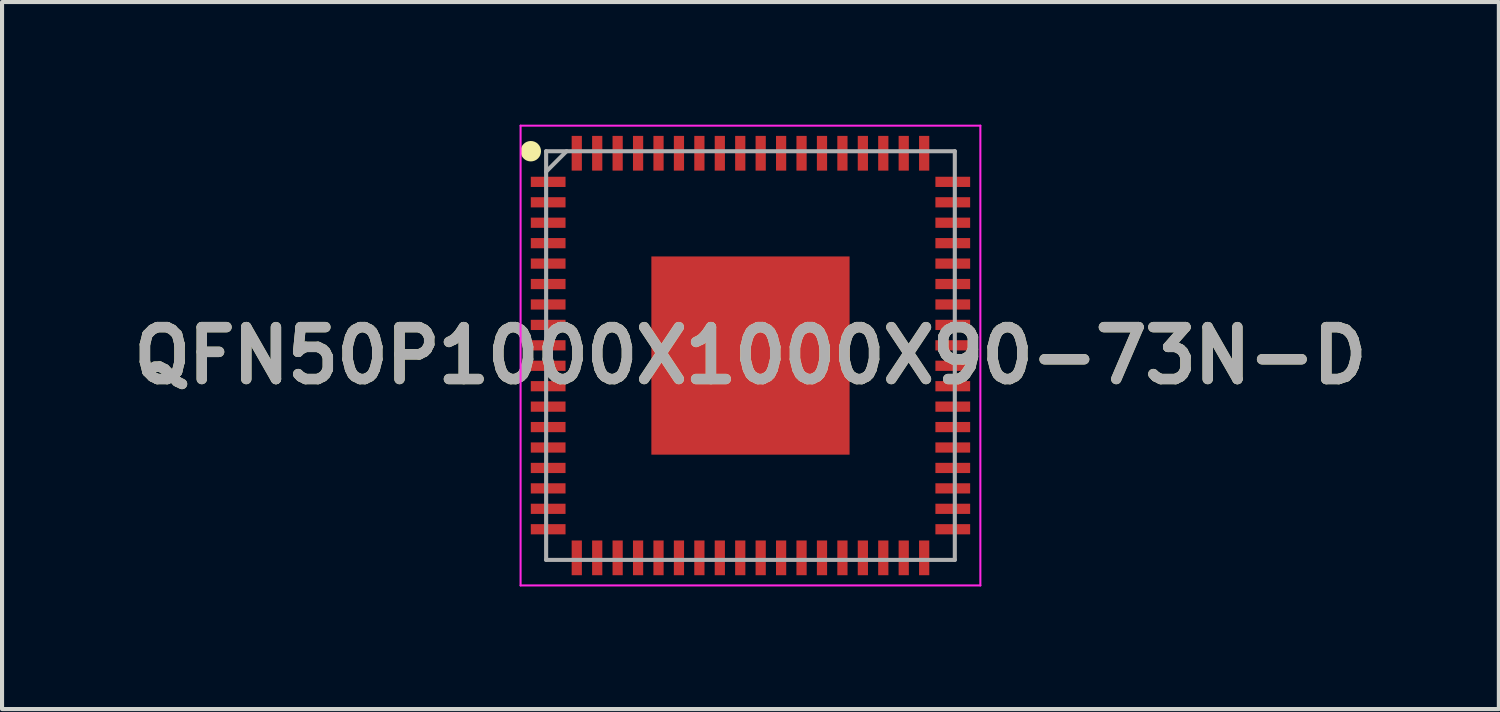
<source format=kicad_pcb>
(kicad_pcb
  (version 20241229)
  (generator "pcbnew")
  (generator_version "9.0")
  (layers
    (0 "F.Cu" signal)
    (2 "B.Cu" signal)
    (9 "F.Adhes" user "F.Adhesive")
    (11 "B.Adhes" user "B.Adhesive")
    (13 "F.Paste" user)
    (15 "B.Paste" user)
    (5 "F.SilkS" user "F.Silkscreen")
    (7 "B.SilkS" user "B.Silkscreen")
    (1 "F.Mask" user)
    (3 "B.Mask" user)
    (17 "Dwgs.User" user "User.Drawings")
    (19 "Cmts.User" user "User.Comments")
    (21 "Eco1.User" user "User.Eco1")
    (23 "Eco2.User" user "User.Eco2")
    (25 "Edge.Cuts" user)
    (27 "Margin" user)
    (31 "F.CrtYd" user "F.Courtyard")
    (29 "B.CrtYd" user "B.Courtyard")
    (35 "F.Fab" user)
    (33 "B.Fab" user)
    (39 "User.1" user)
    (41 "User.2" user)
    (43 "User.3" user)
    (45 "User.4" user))
  (footprint "QFN50P1000X1000X90-73N-D"
    (layer "F.Cu")
    (at 15.313 5.65)
    (property "Reference" "QFN50P1000X1000X90-73N-D" (at 0 0 0) (layer "F.SilkS") (effects (font (size 1.27 1.27) (thickness 0.254))))
    (attr smd)
    (fp_circle (center -5.375 -5) (end -5.375 -4.875) (stroke (width 0.25) (type solid)) (fill no) (layer "F.SilkS"))
    (fp_line (start -5.625 -5.625) (end 5.625 -5.625) (stroke (width 0.05) (type solid)) (layer "F.CrtYd"))
    (fp_line (start -5.625 5.625) (end -5.625 -5.625) (stroke (width 0.05) (type solid)) (layer "F.CrtYd"))
    (fp_line (start 5.625 -5.625) (end 5.625 5.625) (stroke (width 0.05) (type solid)) (layer "F.CrtYd"))
    (fp_line (start 5.625 5.625) (end -5.625 5.625) (stroke (width 0.05) (type solid)) (layer "F.CrtYd"))
    (fp_line (start -5 -5) (end 5 -5) (stroke (width 0.1) (type solid)) (layer "F.Fab"))
    (fp_line (start -5 -4.5) (end -4.5 -5) (stroke (width 0.1) (type solid)) (layer "F.Fab"))
    (fp_line (start -5 5) (end -5 -5) (stroke (width 0.1) (type solid)) (layer "F.Fab"))
    (fp_line (start 5 -5) (end 5 5) (stroke (width 0.1) (type solid)) (layer "F.Fab"))
    (fp_line (start 5 5) (end -5 5) (stroke (width 0.1) (type solid)) (layer "F.Fab"))
    (fp_text user "${REFERENCE}" (at 0 0 0) (layer "F.Fab") (effects (font (size 1.27 1.27) (thickness 0.254))))
    (pad "1" smd rect (at -4.95 -4.25 90) (size 0.25 0.85) (layers "F.Cu" "F.Mask" "F.Paste"))
    (pad "2" smd rect (at -4.95 -3.75 90) (size 0.25 0.85) (layers "F.Cu" "F.Mask" "F.Paste"))
    (pad "3" smd rect (at -4.95 -3.25 90) (size 0.25 0.85) (layers "F.Cu" "F.Mask" "F.Paste"))
    (pad "4" smd rect (at -4.95 -2.75 90) (size 0.25 0.85) (layers "F.Cu" "F.Mask" "F.Paste"))
    (pad "5" smd rect (at -4.95 -2.25 90) (size 0.25 0.85) (layers "F.Cu" "F.Mask" "F.Paste"))
    (pad "6" smd rect (at -4.95 -1.75 90) (size 0.25 0.85) (layers "F.Cu" "F.Mask" "F.Paste"))
    (pad "7" smd rect (at -4.95 -1.25 90) (size 0.25 0.85) (layers "F.Cu" "F.Mask" "F.Paste"))
    (pad "8" smd rect (at -4.95 -0.75 90) (size 0.25 0.85) (layers "F.Cu" "F.Mask" "F.Paste"))
    (pad "9" smd rect (at -4.95 -0.25 90) (size 0.25 0.85) (layers "F.Cu" "F.Mask" "F.Paste"))
    (pad "10" smd rect (at -4.95 0.25 90) (size 0.25 0.85) (layers "F.Cu" "F.Mask" "F.Paste"))
    (pad "11" smd rect (at -4.95 0.75 90) (size 0.25 0.85) (layers "F.Cu" "F.Mask" "F.Paste"))
    (pad "12" smd rect (at -4.95 1.25 90) (size 0.25 0.85) (layers "F.Cu" "F.Mask" "F.Paste"))
    (pad "13" smd rect (at -4.95 1.75 90) (size 0.25 0.85) (layers "F.Cu" "F.Mask" "F.Paste"))
    (pad "14" smd rect (at -4.95 2.25 90) (size 0.25 0.85) (layers "F.Cu" "F.Mask" "F.Paste"))
    (pad "15" smd rect (at -4.95 2.75 90) (size 0.25 0.85) (layers "F.Cu" "F.Mask" "F.Paste"))
    (pad "16" smd rect (at -4.95 3.25 90) (size 0.25 0.85) (layers "F.Cu" "F.Mask" "F.Paste"))
    (pad "17" smd rect (at -4.95 3.75 90) (size 0.25 0.85) (layers "F.Cu" "F.Mask" "F.Paste"))
    (pad "18" smd rect (at -4.95 4.25 90) (size 0.25 0.85) (layers "F.Cu" "F.Mask" "F.Paste"))
    (pad "19" smd rect (at -4.25 4.95) (size 0.25 0.85) (layers "F.Cu" "F.Mask" "F.Paste"))
    (pad "20" smd rect (at -3.75 4.95) (size 0.25 0.85) (layers "F.Cu" "F.Mask" "F.Paste"))
    (pad "21" smd rect (at -3.25 4.95) (size 0.25 0.85) (layers "F.Cu" "F.Mask" "F.Paste"))
    (pad "22" smd rect (at -2.75 4.95) (size 0.25 0.85) (layers "F.Cu" "F.Mask" "F.Paste"))
    (pad "23" smd rect (at -2.25 4.95) (size 0.25 0.85) (layers "F.Cu" "F.Mask" "F.Paste"))
    (pad "24" smd rect (at -1.75 4.95) (size 0.25 0.85) (layers "F.Cu" "F.Mask" "F.Paste"))
    (pad "25" smd rect (at -1.25 4.95) (size 0.25 0.85) (layers "F.Cu" "F.Mask" "F.Paste"))
    (pad "26" smd rect (at -0.75 4.95) (size 0.25 0.85) (layers "F.Cu" "F.Mask" "F.Paste"))
    (pad "27" smd rect (at -0.25 4.95) (size 0.25 0.85) (layers "F.Cu" "F.Mask" "F.Paste"))
    (pad "28" smd rect (at 0.25 4.95) (size 0.25 0.85) (layers "F.Cu" "F.Mask" "F.Paste"))
    (pad "29" smd rect (at 0.75 4.95) (size 0.25 0.85) (layers "F.Cu" "F.Mask" "F.Paste"))
    (pad "30" smd rect (at 1.25 4.95) (size 0.25 0.85) (layers "F.Cu" "F.Mask" "F.Paste"))
    (pad "31" smd rect (at 1.75 4.95) (size 0.25 0.85) (layers "F.Cu" "F.Mask" "F.Paste"))
    (pad "32" smd rect (at 2.25 4.95) (size 0.25 0.85) (layers "F.Cu" "F.Mask" "F.Paste"))
    (pad "33" smd rect (at 2.75 4.95) (size 0.25 0.85) (layers "F.Cu" "F.Mask" "F.Paste"))
    (pad "34" smd rect (at 3.25 4.95) (size 0.25 0.85) (layers "F.Cu" "F.Mask" "F.Paste"))
    (pad "35" smd rect (at 3.75 4.95) (size 0.25 0.85) (layers "F.Cu" "F.Mask" "F.Paste"))
    (pad "36" smd rect (at 4.25 4.95) (size 0.25 0.85) (layers "F.Cu" "F.Mask" "F.Paste"))
    (pad "37" smd rect (at 4.95 4.25 90) (size 0.25 0.85) (layers "F.Cu" "F.Mask" "F.Paste"))
    (pad "38" smd rect (at 4.95 3.75 90) (size 0.25 0.85) (layers "F.Cu" "F.Mask" "F.Paste"))
    (pad "39" smd rect (at 4.95 3.25 90) (size 0.25 0.85) (layers "F.Cu" "F.Mask" "F.Paste"))
    (pad "40" smd rect (at 4.95 2.75 90) (size 0.25 0.85) (layers "F.Cu" "F.Mask" "F.Paste"))
    (pad "41" smd rect (at 4.95 2.25 90) (size 0.25 0.85) (layers "F.Cu" "F.Mask" "F.Paste"))
    (pad "42" smd rect (at 4.95 1.75 90) (size 0.25 0.85) (layers "F.Cu" "F.Mask" "F.Paste"))
    (pad "43" smd rect (at 4.95 1.25 90) (size 0.25 0.85) (layers "F.Cu" "F.Mask" "F.Paste"))
    (pad "44" smd rect (at 4.95 0.75 90) (size 0.25 0.85) (layers "F.Cu" "F.Mask" "F.Paste"))
    (pad "45" smd rect (at 4.95 0.25 90) (size 0.25 0.85) (layers "F.Cu" "F.Mask" "F.Paste"))
    (pad "46" smd rect (at 4.95 -0.25 90) (size 0.25 0.85) (layers "F.Cu" "F.Mask" "F.Paste"))
    (pad "47" smd rect (at 4.95 -0.75 90) (size 0.25 0.85) (layers "F.Cu" "F.Mask" "F.Paste"))
    (pad "48" smd rect (at 4.95 -1.25 90) (size 0.25 0.85) (layers "F.Cu" "F.Mask" "F.Paste"))
    (pad "49" smd rect (at 4.95 -1.75 90) (size 0.25 0.85) (layers "F.Cu" "F.Mask" "F.Paste"))
    (pad "50" smd rect (at 4.95 -2.25 90) (size 0.25 0.85) (layers "F.Cu" "F.Mask" "F.Paste"))
    (pad "51" smd rect (at 4.95 -2.75 90) (size 0.25 0.85) (layers "F.Cu" "F.Mask" "F.Paste"))
    (pad "52" smd rect (at 4.95 -3.25 90) (size 0.25 0.85) (layers "F.Cu" "F.Mask" "F.Paste"))
    (pad "53" smd rect (at 4.95 -3.75 90) (size 0.25 0.85) (layers "F.Cu" "F.Mask" "F.Paste"))
    (pad "54" smd rect (at 4.95 -4.25 90) (size 0.25 0.85) (layers "F.Cu" "F.Mask" "F.Paste"))
    (pad "55" smd rect (at 4.25 -4.95) (size 0.25 0.85) (layers "F.Cu" "F.Mask" "F.Paste"))
    (pad "56" smd rect (at 3.75 -4.95) (size 0.25 0.85) (layers "F.Cu" "F.Mask" "F.Paste"))
    (pad "57" smd rect (at 3.25 -4.95) (size 0.25 0.85) (layers "F.Cu" "F.Mask" "F.Paste"))
    (pad "58" smd rect (at 2.75 -4.95) (size 0.25 0.85) (layers "F.Cu" "F.Mask" "F.Paste"))
    (pad "59" smd rect (at 2.25 -4.95) (size 0.25 0.85) (layers "F.Cu" "F.Mask" "F.Paste"))
    (pad "60" smd rect (at 1.75 -4.95) (size 0.25 0.85) (layers "F.Cu" "F.Mask" "F.Paste"))
    (pad "61" smd rect (at 1.25 -4.95) (size 0.25 0.85) (layers "F.Cu" "F.Mask" "F.Paste"))
    (pad "62" smd rect (at 0.75 -4.95) (size 0.25 0.85) (layers "F.Cu" "F.Mask" "F.Paste"))
    (pad "63" smd rect (at 0.25 -4.95) (size 0.25 0.85) (layers "F.Cu" "F.Mask" "F.Paste"))
    (pad "64" smd rect (at -0.25 -4.95) (size 0.25 0.85) (layers "F.Cu" "F.Mask" "F.Paste"))
    (pad "65" smd rect (at -0.75 -4.95) (size 0.25 0.85) (layers "F.Cu" "F.Mask" "F.Paste"))
    (pad "66" smd rect (at -1.25 -4.95) (size 0.25 0.85) (layers "F.Cu" "F.Mask" "F.Paste"))
    (pad "67" smd rect (at -1.75 -4.95) (size 0.25 0.85) (layers "F.Cu" "F.Mask" "F.Paste"))
    (pad "68" smd rect (at -2.25 -4.95) (size 0.25 0.85) (layers "F.Cu" "F.Mask" "F.Paste"))
    (pad "69" smd rect (at -2.75 -4.95) (size 0.25 0.85) (layers "F.Cu" "F.Mask" "F.Paste"))
    (pad "70" smd rect (at -3.25 -4.95) (size 0.25 0.85) (layers "F.Cu" "F.Mask" "F.Paste"))
    (pad "71" smd rect (at -3.75 -4.95) (size 0.25 0.85) (layers "F.Cu" "F.Mask" "F.Paste"))
    (pad "72" smd rect (at -4.25 -4.95) (size 0.25 0.85) (layers "F.Cu" "F.Mask" "F.Paste"))
    (pad "73" smd rect (at 0 0) (size 4.85 4.85) (layers "F.Cu" "F.Mask" "F.Paste")))
  (gr_rect
    (start -3 -3)
    (end 33.625 14.3)
    (stroke (width 0.1) (type default))
    (fill no)
    (layer "Edge.Cuts")))
</source>
